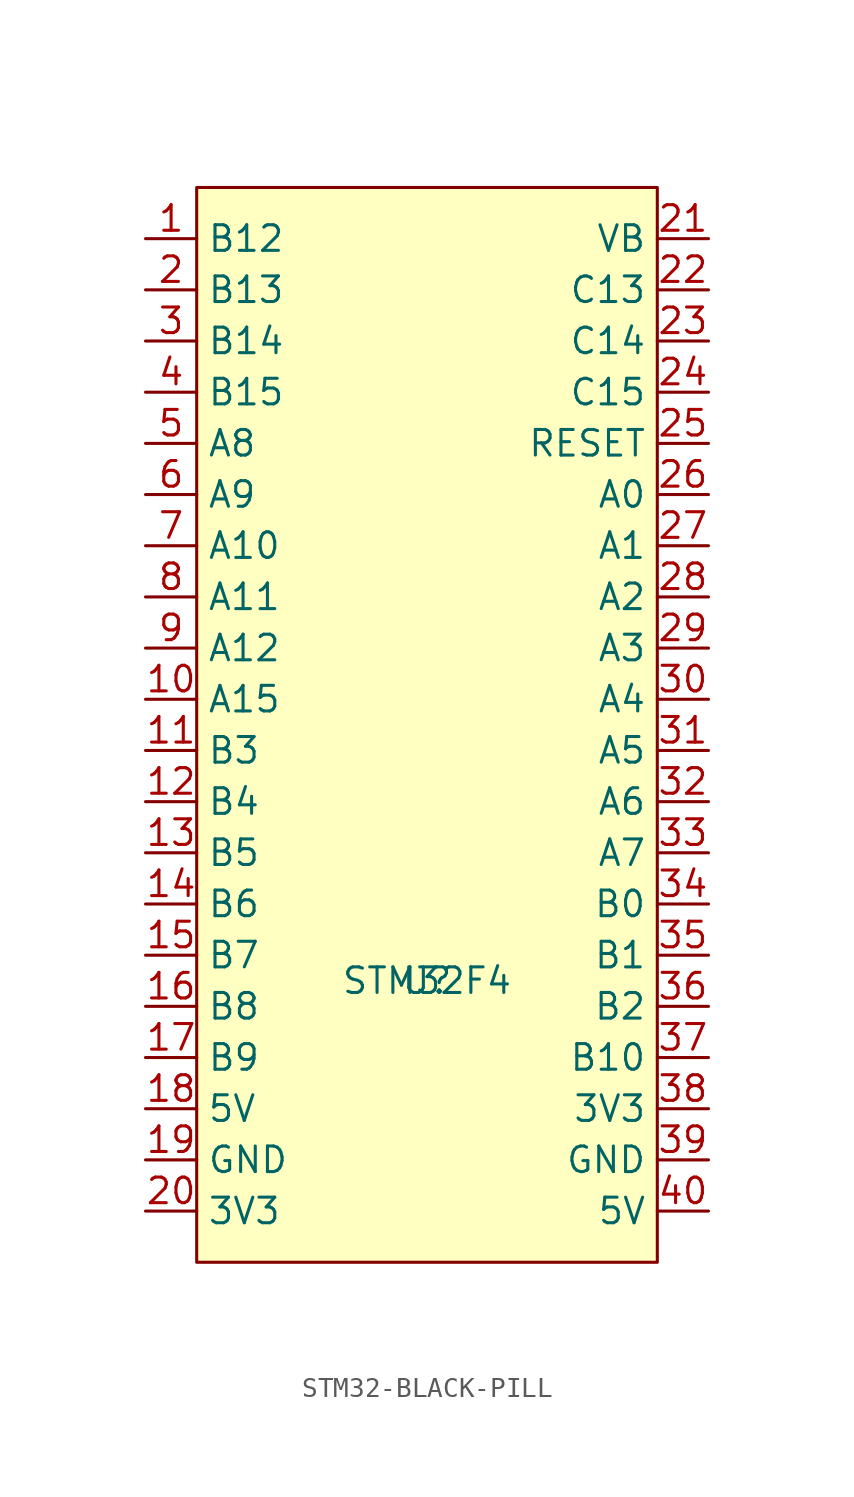
<source format=kicad_sym>
(kicad_symbol_lib
  (version 20220914)
  (generator kicad_symbol_editor)
  (symbol "STM32-BLACK-PILL"
    (property "Reference" "U"
      (at 0 0 0)
      (effects (font (size 1.27 1.27))))
    (property "Value" "STM32F4"
      (at 0 0 0)
      (effects (font (size 1.27 1.27))))
    (symbol "STM32-BLACK-PILL_1_1"
      (rectangle (start -11.43 39.37) (end 11.43 -13.97) (stroke (width 0) (type default)) (fill (type background)))
      (pin input line (at -13.97 36.83 0) (length 2.54) (name "B12" (effects (font (size 1.27 1.27)))) (number "1" (effects (font (size 1.27 1.27)))))
      (pin input line (at -13.97 13.97 0) (length 2.54) (name "A15" (effects (font (size 1.27 1.27)))) (number "10" (effects (font (size 1.27 1.27)))))
      (pin input line (at -13.97 11.43 0) (length 2.54) (name "B3" (effects (font (size 1.27 1.27)))) (number "11" (effects (font (size 1.27 1.27)))))
      (pin input line (at -13.97 8.89 0) (length 2.54) (name "B4" (effects (font (size 1.27 1.27)))) (number "12" (effects (font (size 1.27 1.27)))))
      (pin input line (at -13.97 6.35 0) (length 2.54) (name "B5" (effects (font (size 1.27 1.27)))) (number "13" (effects (font (size 1.27 1.27)))))
      (pin input line (at -13.97 3.81 0) (length 2.54) (name "B6" (effects (font (size 1.27 1.27)))) (number "14" (effects (font (size 1.27 1.27)))))
      (pin input line (at -13.97 1.27 0) (length 2.54) (name "B7" (effects (font (size 1.27 1.27)))) (number "15" (effects (font (size 1.27 1.27)))))
      (pin input line (at -13.97 -1.27 0) (length 2.54) (name "B8" (effects (font (size 1.27 1.27)))) (number "16" (effects (font (size 1.27 1.27)))))
      (pin input line (at -13.97 -3.81 0) (length 2.54) (name "B9" (effects (font (size 1.27 1.27)))) (number "17" (effects (font (size 1.27 1.27)))))
      (pin power_in line (at -13.97 -6.35 0) (length 2.54) (name "5V" (effects (font (size 1.27 1.27)))) (number "18" (effects (font (size 1.27 1.27)))))
      (pin passive line (at -13.97 -8.89 0) (length 2.54) (name "GND" (effects (font (size 1.27 1.27)))) (number "19" (effects (font (size 1.27 1.27)))))
      (pin input line (at -13.97 34.29 0) (length 2.54) (name "B13" (effects (font (size 1.27 1.27)))) (number "2" (effects (font (size 1.27 1.27)))))
      (pin power_in line (at -13.97 -11.43 0) (length 2.54) (name "3V3" (effects (font (size 1.27 1.27)))) (number "20" (effects (font (size 1.27 1.27)))))
      (pin input line (at 13.97 36.83 180) (length 2.54) (name "VB" (effects (font (size 1.27 1.27)))) (number "21" (effects (font (size 1.27 1.27)))))
      (pin input line (at 13.97 34.29 180) (length 2.54) (name "C13" (effects (font (size 1.27 1.27)))) (number "22" (effects (font (size 1.27 1.27)))))
      (pin input line (at 13.97 31.75 180) (length 2.54) (name "C14" (effects (font (size 1.27 1.27)))) (number "23" (effects (font (size 1.27 1.27)))))
      (pin input line (at 13.97 29.21 180) (length 2.54) (name "C15" (effects (font (size 1.27 1.27)))) (number "24" (effects (font (size 1.27 1.27)))))
      (pin input line (at 13.97 26.67 180) (length 2.54) (name "RESET" (effects (font (size 1.27 1.27)))) (number "25" (effects (font (size 1.27 1.27)))))
      (pin input line (at 13.97 24.13 180) (length 2.54) (name "A0" (effects (font (size 1.27 1.27)))) (number "26" (effects (font (size 1.27 1.27)))))
      (pin input line (at 13.97 21.59 180) (length 2.54) (name "A1" (effects (font (size 1.27 1.27)))) (number "27" (effects (font (size 1.27 1.27)))))
      (pin input line (at 13.97 19.05 180) (length 2.54) (name "A2" (effects (font (size 1.27 1.27)))) (number "28" (effects (font (size 1.27 1.27)))))
      (pin input line (at 13.97 16.51 180) (length 2.54) (name "A3" (effects (font (size 1.27 1.27)))) (number "29" (effects (font (size 1.27 1.27)))))
      (pin input line (at -13.97 31.75 0) (length 2.54) (name "B14" (effects (font (size 1.27 1.27)))) (number "3" (effects (font (size 1.27 1.27)))))
      (pin input line (at 13.97 13.97 180) (length 2.54) (name "A4" (effects (font (size 1.27 1.27)))) (number "30" (effects (font (size 1.27 1.27)))))
      (pin input line (at 13.97 11.43 180) (length 2.54) (name "A5" (effects (font (size 1.27 1.27)))) (number "31" (effects (font (size 1.27 1.27)))))
      (pin input line (at 13.97 8.89 180) (length 2.54) (name "A6" (effects (font (size 1.27 1.27)))) (number "32" (effects (font (size 1.27 1.27)))))
      (pin input line (at 13.97 6.35 180) (length 2.54) (name "A7" (effects (font (size 1.27 1.27)))) (number "33" (effects (font (size 1.27 1.27)))))
      (pin input line (at 13.97 3.81 180) (length 2.54) (name "B0" (effects (font (size 1.27 1.27)))) (number "34" (effects (font (size 1.27 1.27)))))
      (pin input line (at 13.97 1.27 180) (length 2.54) (name "B1" (effects (font (size 1.27 1.27)))) (number "35" (effects (font (size 1.27 1.27)))))
      (pin input line (at 13.97 -1.27 180) (length 2.54) (name "B2" (effects (font (size 1.27 1.27)))) (number "36" (effects (font (size 1.27 1.27)))))
      (pin input line (at 13.97 -3.81 180) (length 2.54) (name "B10" (effects (font (size 1.27 1.27)))) (number "37" (effects (font (size 1.27 1.27)))))
      (pin passive line (at 13.97 -6.35 180) (length 2.54) (name "3V3" (effects (font (size 1.27 1.27)))) (number "38" (effects (font (size 1.27 1.27)))))
      (pin passive line (at 13.97 -8.89 180) (length 2.54) (name "GND" (effects (font (size 1.27 1.27)))) (number "39" (effects (font (size 1.27 1.27)))))
      (pin input line (at -13.97 29.21 0) (length 2.54) (name "B15" (effects (font (size 1.27 1.27)))) (number "4" (effects (font (size 1.27 1.27)))))
      (pin power_in line (at 13.97 -11.43 180) (length 2.54) (name "5V" (effects (font (size 1.27 1.27)))) (number "40" (effects (font (size 1.27 1.27)))))
      (pin input line (at -13.97 26.67 0) (length 2.54) (name "A8" (effects (font (size 1.27 1.27)))) (number "5" (effects (font (size 1.27 1.27)))))
      (pin input line (at -13.97 24.13 0) (length 2.54) (name "A9" (effects (font (size 1.27 1.27)))) (number "6" (effects (font (size 1.27 1.27)))))
      (pin input line (at -13.97 21.59 0) (length 2.54) (name "A10" (effects (font (size 1.27 1.27)))) (number "7" (effects (font (size 1.27 1.27)))))
      (pin input line (at -13.97 19.05 0) (length 2.54) (name "A11" (effects (font (size 1.27 1.27)))) (number "8" (effects (font (size 1.27 1.27)))))
      (pin input line (at -13.97 16.51 0) (length 2.54) (name "A12" (effects (font (size 1.27 1.27)))) (number "9" (effects (font (size 1.27 1.27))))))))
</source>
